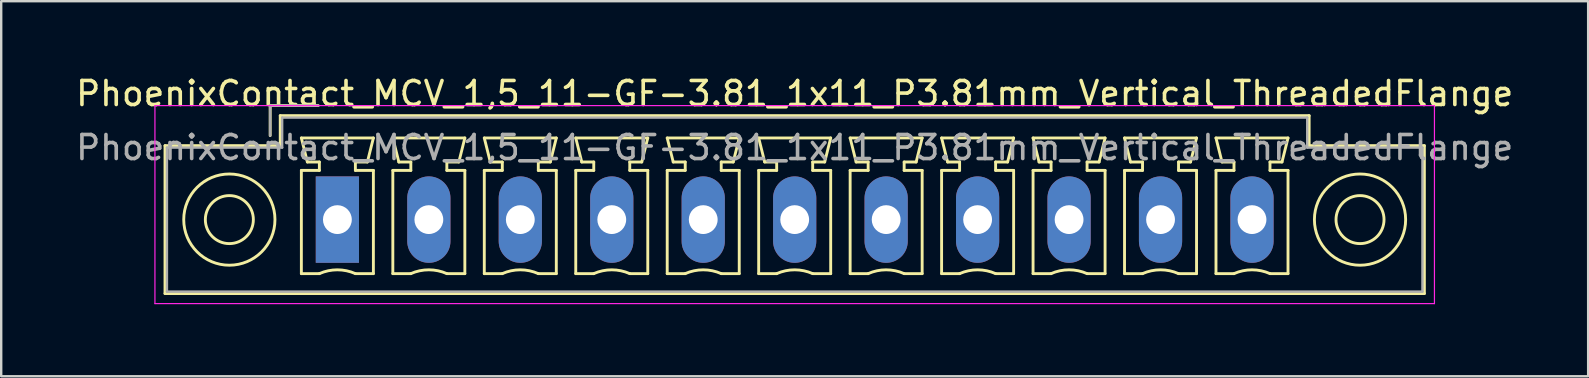
<source format=kicad_pcb>
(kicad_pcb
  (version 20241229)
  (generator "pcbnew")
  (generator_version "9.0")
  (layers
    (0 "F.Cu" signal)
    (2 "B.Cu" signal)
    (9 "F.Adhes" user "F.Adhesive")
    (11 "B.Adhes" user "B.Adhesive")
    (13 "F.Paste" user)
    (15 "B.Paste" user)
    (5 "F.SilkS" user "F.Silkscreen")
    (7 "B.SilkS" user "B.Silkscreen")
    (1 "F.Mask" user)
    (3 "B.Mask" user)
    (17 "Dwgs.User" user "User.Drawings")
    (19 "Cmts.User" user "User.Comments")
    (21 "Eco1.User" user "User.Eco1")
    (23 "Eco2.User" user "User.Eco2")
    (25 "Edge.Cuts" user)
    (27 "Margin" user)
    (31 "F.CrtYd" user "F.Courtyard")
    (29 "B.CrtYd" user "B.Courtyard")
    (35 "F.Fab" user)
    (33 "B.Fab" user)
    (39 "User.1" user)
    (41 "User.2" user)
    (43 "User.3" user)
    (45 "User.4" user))
  (footprint "PhoenixContact_MCV_1,5_11-GF-3.81_1x11_P3.81mm_Vertical_ThreadedFlange"
    (layer "F.Cu")
    (at 11.004 6.098)
    (property "Reference" "PhoenixContact_MCV_1,5_11-GF-3.81_1x11_P3.81mm_Vertical_ThreadedFlange" (at 19.05 -5.25 0) (layer "F.SilkS") (effects (font (size 1 1) (thickness 0.15))))
    (attr through_hole)
    (fp_line (start -7.18 -3.08) (end -7.18 3.08) (stroke (width 0.12) (type solid)) (layer "F.SilkS"))
    (fp_line (start -7.18 3.08) (end 45.28 3.08) (stroke (width 0.12) (type solid)) (layer "F.SilkS"))
    (fp_line (start -2.8 -4.75) (end -0.8 -4.75) (stroke (width 0.12) (type solid)) (layer "F.SilkS"))
    (fp_line (start -2.8 -3.5) (end -2.8 -4.75) (stroke (width 0.12) (type solid)) (layer "F.SilkS"))
    (fp_line (start -2.38 -4.33) (end -2.38 -3.08) (stroke (width 0.12) (type solid)) (layer "F.SilkS"))
    (fp_line (start -2.38 -3.08) (end -7.18 -3.08) (stroke (width 0.12) (type solid)) (layer "F.SilkS"))
    (fp_line (start -1.5 -3.4) (end 1.5 -3.4) (stroke (width 0.12) (type solid)) (layer "F.SilkS"))
    (fp_line (start -1.5 -2.05) (end -0.75 -2.05) (stroke (width 0.12) (type solid)) (layer "F.SilkS"))
    (fp_line (start -1.5 2.25) (end -1.5 -2.05) (stroke (width 0.12) (type solid)) (layer "F.SilkS"))
    (fp_line (start -1.25 -2.4) (end -1.5 -3.4) (stroke (width 0.12) (type solid)) (layer "F.SilkS"))
    (fp_line (start -0.75 -2.4) (end -1.25 -2.4) (stroke (width 0.12) (type solid)) (layer "F.SilkS"))
    (fp_line (start -0.75 -2.05) (end -0.75 -2.4) (stroke (width 0.12) (type solid)) (layer "F.SilkS"))
    (fp_line (start -0.75 2.25) (end -1.5 2.25) (stroke (width 0.12) (type solid)) (layer "F.SilkS"))
    (fp_line (start 0.75 -2.4) (end 0.75 -2.05) (stroke (width 0.12) (type solid)) (layer "F.SilkS"))
    (fp_line (start 0.75 -2.05) (end 1.5 -2.05) (stroke (width 0.12) (type solid)) (layer "F.SilkS"))
    (fp_line (start 1.25 -2.4) (end 0.75 -2.4) (stroke (width 0.12) (type solid)) (layer "F.SilkS"))
    (fp_line (start 1.5 -3.4) (end 1.25 -2.4) (stroke (width 0.12) (type solid)) (layer "F.SilkS"))
    (fp_line (start 1.5 -2.05) (end 1.5 2.25) (stroke (width 0.12) (type solid)) (layer "F.SilkS"))
    (fp_line (start 1.5 2.25) (end 0.75 2.25) (stroke (width 0.12) (type solid)) (layer "F.SilkS"))
    (fp_line (start 2.31 -3.4) (end 5.31 -3.4) (stroke (width 0.12) (type solid)) (layer "F.SilkS"))
    (fp_line (start 2.31 -2.05) (end 3.06 -2.05) (stroke (width 0.12) (type solid)) (layer "F.SilkS"))
    (fp_line (start 2.31 2.25) (end 2.31 -2.05) (stroke (width 0.12) (type solid)) (layer "F.SilkS"))
    (fp_line (start 2.56 -2.4) (end 2.31 -3.4) (stroke (width 0.12) (type solid)) (layer "F.SilkS"))
    (fp_line (start 3.06 -2.4) (end 2.56 -2.4) (stroke (width 0.12) (type solid)) (layer "F.SilkS"))
    (fp_line (start 3.06 -2.05) (end 3.06 -2.4) (stroke (width 0.12) (type solid)) (layer "F.SilkS"))
    (fp_line (start 3.06 2.25) (end 2.31 2.25) (stroke (width 0.12) (type solid)) (layer "F.SilkS"))
    (fp_line (start 4.56 -2.4) (end 4.56 -2.05) (stroke (width 0.12) (type solid)) (layer "F.SilkS"))
    (fp_line (start 4.56 -2.05) (end 5.31 -2.05) (stroke (width 0.12) (type solid)) (layer "F.SilkS"))
    (fp_line (start 5.06 -2.4) (end 4.56 -2.4) (stroke (width 0.12) (type solid)) (layer "F.SilkS"))
    (fp_line (start 5.31 -3.4) (end 5.06 -2.4) (stroke (width 0.12) (type solid)) (layer "F.SilkS"))
    (fp_line (start 5.31 -2.05) (end 5.31 2.25) (stroke (width 0.12) (type solid)) (layer "F.SilkS"))
    (fp_line (start 5.31 2.25) (end 4.56 2.25) (stroke (width 0.12) (type solid)) (layer "F.SilkS"))
    (fp_line (start 6.12 -3.4) (end 9.12 -3.4) (stroke (width 0.12) (type solid)) (layer "F.SilkS"))
    (fp_line (start 6.12 -2.05) (end 6.87 -2.05) (stroke (width 0.12) (type solid)) (layer "F.SilkS"))
    (fp_line (start 6.12 2.25) (end 6.12 -2.05) (stroke (width 0.12) (type solid)) (layer "F.SilkS"))
    (fp_line (start 6.37 -2.4) (end 6.12 -3.4) (stroke (width 0.12) (type solid)) (layer "F.SilkS"))
    (fp_line (start 6.87 -2.4) (end 6.37 -2.4) (stroke (width 0.12) (type solid)) (layer "F.SilkS"))
    (fp_line (start 6.87 -2.05) (end 6.87 -2.4) (stroke (width 0.12) (type solid)) (layer "F.SilkS"))
    (fp_line (start 6.87 2.25) (end 6.12 2.25) (stroke (width 0.12) (type solid)) (layer "F.SilkS"))
    (fp_line (start 8.37 -2.4) (end 8.37 -2.05) (stroke (width 0.12) (type solid)) (layer "F.SilkS"))
    (fp_line (start 8.37 -2.05) (end 9.12 -2.05) (stroke (width 0.12) (type solid)) (layer "F.SilkS"))
    (fp_line (start 8.87 -2.4) (end 8.37 -2.4) (stroke (width 0.12) (type solid)) (layer "F.SilkS"))
    (fp_line (start 9.12 -3.4) (end 8.87 -2.4) (stroke (width 0.12) (type solid)) (layer "F.SilkS"))
    (fp_line (start 9.12 -2.05) (end 9.12 2.25) (stroke (width 0.12) (type solid)) (layer "F.SilkS"))
    (fp_line (start 9.12 2.25) (end 8.37 2.25) (stroke (width 0.12) (type solid)) (layer "F.SilkS"))
    (fp_line (start 9.93 -3.4) (end 12.93 -3.4) (stroke (width 0.12) (type solid)) (layer "F.SilkS"))
    (fp_line (start 9.93 -2.05) (end 10.68 -2.05) (stroke (width 0.12) (type solid)) (layer "F.SilkS"))
    (fp_line (start 9.93 2.25) (end 9.93 -2.05) (stroke (width 0.12) (type solid)) (layer "F.SilkS"))
    (fp_line (start 10.18 -2.4) (end 9.93 -3.4) (stroke (width 0.12) (type solid)) (layer "F.SilkS"))
    (fp_line (start 10.68 -2.4) (end 10.18 -2.4) (stroke (width 0.12) (type solid)) (layer "F.SilkS"))
    (fp_line (start 10.68 -2.05) (end 10.68 -2.4) (stroke (width 0.12) (type solid)) (layer "F.SilkS"))
    (fp_line (start 10.68 2.25) (end 9.93 2.25) (stroke (width 0.12) (type solid)) (layer "F.SilkS"))
    (fp_line (start 12.18 -2.4) (end 12.18 -2.05) (stroke (width 0.12) (type solid)) (layer "F.SilkS"))
    (fp_line (start 12.18 -2.05) (end 12.93 -2.05) (stroke (width 0.12) (type solid)) (layer "F.SilkS"))
    (fp_line (start 12.68 -2.4) (end 12.18 -2.4) (stroke (width 0.12) (type solid)) (layer "F.SilkS"))
    (fp_line (start 12.93 -3.4) (end 12.68 -2.4) (stroke (width 0.12) (type solid)) (layer "F.SilkS"))
    (fp_line (start 12.93 -2.05) (end 12.93 2.25) (stroke (width 0.12) (type solid)) (layer "F.SilkS"))
    (fp_line (start 12.93 2.25) (end 12.18 2.25) (stroke (width 0.12) (type solid)) (layer "F.SilkS"))
    (fp_line (start 13.74 -3.4) (end 16.74 -3.4) (stroke (width 0.12) (type solid)) (layer "F.SilkS"))
    (fp_line (start 13.74 -2.05) (end 14.49 -2.05) (stroke (width 0.12) (type solid)) (layer "F.SilkS"))
    (fp_line (start 13.74 2.25) (end 13.74 -2.05) (stroke (width 0.12) (type solid)) (layer "F.SilkS"))
    (fp_line (start 13.99 -2.4) (end 13.74 -3.4) (stroke (width 0.12) (type solid)) (layer "F.SilkS"))
    (fp_line (start 14.49 -2.4) (end 13.99 -2.4) (stroke (width 0.12) (type solid)) (layer "F.SilkS"))
    (fp_line (start 14.49 -2.05) (end 14.49 -2.4) (stroke (width 0.12) (type solid)) (layer "F.SilkS"))
    (fp_line (start 14.49 2.25) (end 13.74 2.25) (stroke (width 0.12) (type solid)) (layer "F.SilkS"))
    (fp_line (start 15.99 -2.4) (end 15.99 -2.05) (stroke (width 0.12) (type solid)) (layer "F.SilkS"))
    (fp_line (start 15.99 -2.05) (end 16.74 -2.05) (stroke (width 0.12) (type solid)) (layer "F.SilkS"))
    (fp_line (start 16.49 -2.4) (end 15.99 -2.4) (stroke (width 0.12) (type solid)) (layer "F.SilkS"))
    (fp_line (start 16.74 -3.4) (end 16.49 -2.4) (stroke (width 0.12) (type solid)) (layer "F.SilkS"))
    (fp_line (start 16.74 -2.05) (end 16.74 2.25) (stroke (width 0.12) (type solid)) (layer "F.SilkS"))
    (fp_line (start 16.74 2.25) (end 15.99 2.25) (stroke (width 0.12) (type solid)) (layer "F.SilkS"))
    (fp_line (start 17.55 -3.4) (end 20.55 -3.4) (stroke (width 0.12) (type solid)) (layer "F.SilkS"))
    (fp_line (start 17.55 -2.05) (end 18.3 -2.05) (stroke (width 0.12) (type solid)) (layer "F.SilkS"))
    (fp_line (start 17.55 2.25) (end 17.55 -2.05) (stroke (width 0.12) (type solid)) (layer "F.SilkS"))
    (fp_line (start 17.8 -2.4) (end 17.55 -3.4) (stroke (width 0.12) (type solid)) (layer "F.SilkS"))
    (fp_line (start 18.3 -2.4) (end 17.8 -2.4) (stroke (width 0.12) (type solid)) (layer "F.SilkS"))
    (fp_line (start 18.3 -2.05) (end 18.3 -2.4) (stroke (width 0.12) (type solid)) (layer "F.SilkS"))
    (fp_line (start 18.3 2.25) (end 17.55 2.25) (stroke (width 0.12) (type solid)) (layer "F.SilkS"))
    (fp_line (start 19.8 -2.4) (end 19.8 -2.05) (stroke (width 0.12) (type solid)) (layer "F.SilkS"))
    (fp_line (start 19.8 -2.05) (end 20.55 -2.05) (stroke (width 0.12) (type solid)) (layer "F.SilkS"))
    (fp_line (start 20.3 -2.4) (end 19.8 -2.4) (stroke (width 0.12) (type solid)) (layer "F.SilkS"))
    (fp_line (start 20.55 -3.4) (end 20.3 -2.4) (stroke (width 0.12) (type solid)) (layer "F.SilkS"))
    (fp_line (start 20.55 -2.05) (end 20.55 2.25) (stroke (width 0.12) (type solid)) (layer "F.SilkS"))
    (fp_line (start 20.55 2.25) (end 19.8 2.25) (stroke (width 0.12) (type solid)) (layer "F.SilkS"))
    (fp_line (start 21.36 -3.4) (end 24.36 -3.4) (stroke (width 0.12) (type solid)) (layer "F.SilkS"))
    (fp_line (start 21.36 -2.05) (end 22.11 -2.05) (stroke (width 0.12) (type solid)) (layer "F.SilkS"))
    (fp_line (start 21.36 2.25) (end 21.36 -2.05) (stroke (width 0.12) (type solid)) (layer "F.SilkS"))
    (fp_line (start 21.61 -2.4) (end 21.36 -3.4) (stroke (width 0.12) (type solid)) (layer "F.SilkS"))
    (fp_line (start 22.11 -2.4) (end 21.61 -2.4) (stroke (width 0.12) (type solid)) (layer "F.SilkS"))
    (fp_line (start 22.11 -2.05) (end 22.11 -2.4) (stroke (width 0.12) (type solid)) (layer "F.SilkS"))
    (fp_line (start 22.11 2.25) (end 21.36 2.25) (stroke (width 0.12) (type solid)) (layer "F.SilkS"))
    (fp_line (start 23.61 -2.4) (end 23.61 -2.05) (stroke (width 0.12) (type solid)) (layer "F.SilkS"))
    (fp_line (start 23.61 -2.05) (end 24.36 -2.05) (stroke (width 0.12) (type solid)) (layer "F.SilkS"))
    (fp_line (start 24.11 -2.4) (end 23.61 -2.4) (stroke (width 0.12) (type solid)) (layer "F.SilkS"))
    (fp_line (start 24.36 -3.4) (end 24.11 -2.4) (stroke (width 0.12) (type solid)) (layer "F.SilkS"))
    (fp_line (start 24.36 -2.05) (end 24.36 2.25) (stroke (width 0.12) (type solid)) (layer "F.SilkS"))
    (fp_line (start 24.36 2.25) (end 23.61 2.25) (stroke (width 0.12) (type solid)) (layer "F.SilkS"))
    (fp_line (start 25.17 -3.4) (end 28.17 -3.4) (stroke (width 0.12) (type solid)) (layer "F.SilkS"))
    (fp_line (start 25.17 -2.05) (end 25.92 -2.05) (stroke (width 0.12) (type solid)) (layer "F.SilkS"))
    (fp_line (start 25.17 2.25) (end 25.17 -2.05) (stroke (width 0.12) (type solid)) (layer "F.SilkS"))
    (fp_line (start 25.42 -2.4) (end 25.17 -3.4) (stroke (width 0.12) (type solid)) (layer "F.SilkS"))
    (fp_line (start 25.92 -2.4) (end 25.42 -2.4) (stroke (width 0.12) (type solid)) (layer "F.SilkS"))
    (fp_line (start 25.92 -2.05) (end 25.92 -2.4) (stroke (width 0.12) (type solid)) (layer "F.SilkS"))
    (fp_line (start 25.92 2.25) (end 25.17 2.25) (stroke (width 0.12) (type solid)) (layer "F.SilkS"))
    (fp_line (start 27.42 -2.4) (end 27.42 -2.05) (stroke (width 0.12) (type solid)) (layer "F.SilkS"))
    (fp_line (start 27.42 -2.05) (end 28.17 -2.05) (stroke (width 0.12) (type solid)) (layer "F.SilkS"))
    (fp_line (start 27.92 -2.4) (end 27.42 -2.4) (stroke (width 0.12) (type solid)) (layer "F.SilkS"))
    (fp_line (start 28.17 -3.4) (end 27.92 -2.4) (stroke (width 0.12) (type solid)) (layer "F.SilkS"))
    (fp_line (start 28.17 -2.05) (end 28.17 2.25) (stroke (width 0.12) (type solid)) (layer "F.SilkS"))
    (fp_line (start 28.17 2.25) (end 27.42 2.25) (stroke (width 0.12) (type solid)) (layer "F.SilkS"))
    (fp_line (start 28.98 -3.4) (end 31.98 -3.4) (stroke (width 0.12) (type solid)) (layer "F.SilkS"))
    (fp_line (start 28.98 -2.05) (end 29.73 -2.05) (stroke (width 0.12) (type solid)) (layer "F.SilkS"))
    (fp_line (start 28.98 2.25) (end 28.98 -2.05) (stroke (width 0.12) (type solid)) (layer "F.SilkS"))
    (fp_line (start 29.23 -2.4) (end 28.98 -3.4) (stroke (width 0.12) (type solid)) (layer "F.SilkS"))
    (fp_line (start 29.73 -2.4) (end 29.23 -2.4) (stroke (width 0.12) (type solid)) (layer "F.SilkS"))
    (fp_line (start 29.73 -2.05) (end 29.73 -2.4) (stroke (width 0.12) (type solid)) (layer "F.SilkS"))
    (fp_line (start 29.73 2.25) (end 28.98 2.25) (stroke (width 0.12) (type solid)) (layer "F.SilkS"))
    (fp_line (start 31.23 -2.4) (end 31.23 -2.05) (stroke (width 0.12) (type solid)) (layer "F.SilkS"))
    (fp_line (start 31.23 -2.05) (end 31.98 -2.05) (stroke (width 0.12) (type solid)) (layer "F.SilkS"))
    (fp_line (start 31.73 -2.4) (end 31.23 -2.4) (stroke (width 0.12) (type solid)) (layer "F.SilkS"))
    (fp_line (start 31.98 -3.4) (end 31.73 -2.4) (stroke (width 0.12) (type solid)) (layer "F.SilkS"))
    (fp_line (start 31.98 -2.05) (end 31.98 2.25) (stroke (width 0.12) (type solid)) (layer "F.SilkS"))
    (fp_line (start 31.98 2.25) (end 31.23 2.25) (stroke (width 0.12) (type solid)) (layer "F.SilkS"))
    (fp_line (start 32.79 -3.4) (end 35.79 -3.4) (stroke (width 0.12) (type solid)) (layer "F.SilkS"))
    (fp_line (start 32.79 -2.05) (end 33.54 -2.05) (stroke (width 0.12) (type solid)) (layer "F.SilkS"))
    (fp_line (start 32.79 2.25) (end 32.79 -2.05) (stroke (width 0.12) (type solid)) (layer "F.SilkS"))
    (fp_line (start 33.04 -2.4) (end 32.79 -3.4) (stroke (width 0.12) (type solid)) (layer "F.SilkS"))
    (fp_line (start 33.54 -2.4) (end 33.04 -2.4) (stroke (width 0.12) (type solid)) (layer "F.SilkS"))
    (fp_line (start 33.54 -2.05) (end 33.54 -2.4) (stroke (width 0.12) (type solid)) (layer "F.SilkS"))
    (fp_line (start 33.54 2.25) (end 32.79 2.25) (stroke (width 0.12) (type solid)) (layer "F.SilkS"))
    (fp_line (start 35.04 -2.4) (end 35.04 -2.05) (stroke (width 0.12) (type solid)) (layer "F.SilkS"))
    (fp_line (start 35.04 -2.05) (end 35.79 -2.05) (stroke (width 0.12) (type solid)) (layer "F.SilkS"))
    (fp_line (start 35.54 -2.4) (end 35.04 -2.4) (stroke (width 0.12) (type solid)) (layer "F.SilkS"))
    (fp_line (start 35.79 -3.4) (end 35.54 -2.4) (stroke (width 0.12) (type solid)) (layer "F.SilkS"))
    (fp_line (start 35.79 -2.05) (end 35.79 2.25) (stroke (width 0.12) (type solid)) (layer "F.SilkS"))
    (fp_line (start 35.79 2.25) (end 35.04 2.25) (stroke (width 0.12) (type solid)) (layer "F.SilkS"))
    (fp_line (start 36.6 -3.4) (end 39.6 -3.4) (stroke (width 0.12) (type solid)) (layer "F.SilkS"))
    (fp_line (start 36.6 -2.05) (end 37.35 -2.05) (stroke (width 0.12) (type solid)) (layer "F.SilkS"))
    (fp_line (start 36.6 2.25) (end 36.6 -2.05) (stroke (width 0.12) (type solid)) (layer "F.SilkS"))
    (fp_line (start 36.85 -2.4) (end 36.6 -3.4) (stroke (width 0.12) (type solid)) (layer "F.SilkS"))
    (fp_line (start 37.35 -2.4) (end 36.85 -2.4) (stroke (width 0.12) (type solid)) (layer "F.SilkS"))
    (fp_line (start 37.35 -2.05) (end 37.35 -2.4) (stroke (width 0.12) (type solid)) (layer "F.SilkS"))
    (fp_line (start 37.35 2.25) (end 36.6 2.25) (stroke (width 0.12) (type solid)) (layer "F.SilkS"))
    (fp_line (start 38.85 -2.4) (end 38.85 -2.05) (stroke (width 0.12) (type solid)) (layer "F.SilkS"))
    (fp_line (start 38.85 -2.05) (end 39.6 -2.05) (stroke (width 0.12) (type solid)) (layer "F.SilkS"))
    (fp_line (start 39.35 -2.4) (end 38.85 -2.4) (stroke (width 0.12) (type solid)) (layer "F.SilkS"))
    (fp_line (start 39.6 -3.4) (end 39.35 -2.4) (stroke (width 0.12) (type solid)) (layer "F.SilkS"))
    (fp_line (start 39.6 -2.05) (end 39.6 2.25) (stroke (width 0.12) (type solid)) (layer "F.SilkS"))
    (fp_line (start 39.6 2.25) (end 38.85 2.25) (stroke (width 0.12) (type solid)) (layer "F.SilkS"))
    (fp_line (start 40.48 -4.33) (end -2.38 -4.33) (stroke (width 0.12) (type solid)) (layer "F.SilkS"))
    (fp_line (start 40.48 -3.08) (end 40.48 -4.33) (stroke (width 0.12) (type solid)) (layer "F.SilkS"))
    (fp_line (start 45.28 -3.08) (end 40.48 -3.08) (stroke (width 0.12) (type solid)) (layer "F.SilkS"))
    (fp_line (start 45.28 3.08) (end 45.28 -3.08) (stroke (width 0.12) (type solid)) (layer "F.SilkS"))
    (fp_arc (start -0.75 2.25) (mid -0.000193 2.09191) (end 0.749647 2.249844) (stroke (width 0.12) (type solid)) (layer "F.SilkS"))
    (fp_arc (start 3.06 2.25) (mid 3.809807 2.09191) (end 4.559647 2.249844) (stroke (width 0.12) (type solid)) (layer "F.SilkS"))
    (fp_arc (start 6.87 2.25) (mid 7.619807 2.09191) (end 8.369647 2.249844) (stroke (width 0.12) (type solid)) (layer "F.SilkS"))
    (fp_arc (start 10.68 2.25) (mid 11.429807 2.09191) (end 12.179647 2.249844) (stroke (width 0.12) (type solid)) (layer "F.SilkS"))
    (fp_arc (start 14.49 2.25) (mid 15.239807 2.09191) (end 15.989647 2.249844) (stroke (width 0.12) (type solid)) (layer "F.SilkS"))
    (fp_arc (start 18.3 2.25) (mid 19.049807 2.09191) (end 19.799647 2.249844) (stroke (width 0.12) (type solid)) (layer "F.SilkS"))
    (fp_arc (start 22.11 2.25) (mid 22.859807 2.09191) (end 23.609647 2.249844) (stroke (width 0.12) (type solid)) (layer "F.SilkS"))
    (fp_arc (start 25.92 2.25) (mid 26.669807 2.09191) (end 27.419647 2.249844) (stroke (width 0.12) (type solid)) (layer "F.SilkS"))
    (fp_arc (start 29.73 2.25) (mid 30.479807 2.09191) (end 31.229647 2.249844) (stroke (width 0.12) (type solid)) (layer "F.SilkS"))
    (fp_arc (start 33.54 2.25) (mid 34.289807 2.09191) (end 35.039647 2.249844) (stroke (width 0.12) (type solid)) (layer "F.SilkS"))
    (fp_arc (start 37.35 2.25) (mid 38.099807 2.09191) (end 38.849647 2.249844) (stroke (width 0.12) (type solid)) (layer "F.SilkS"))
    (fp_circle (center -4.5 0) (end -3.5 0) (stroke (width 0.12) (type solid)) (fill no) (layer "F.SilkS"))
    (fp_circle (center -4.5 0) (end -2.6 0) (stroke (width 0.12) (type solid)) (fill no) (layer "F.SilkS"))
    (fp_circle (center 42.6 0) (end 43.6 0) (stroke (width 0.12) (type solid)) (fill no) (layer "F.SilkS"))
    (fp_circle (center 42.6 0) (end 44.5 0) (stroke (width 0.12) (type solid)) (fill no) (layer "F.SilkS"))
    (fp_line (start -7.6 -4.75) (end -7.6 3.5) (stroke (width 0.05) (type solid)) (layer "F.CrtYd"))
    (fp_line (start -7.6 3.5) (end 45.7 3.5) (stroke (width 0.05) (type solid)) (layer "F.CrtYd"))
    (fp_line (start 45.7 -4.75) (end -7.6 -4.75) (stroke (width 0.05) (type solid)) (layer "F.CrtYd"))
    (fp_line (start 45.7 3.5) (end 45.7 -4.75) (stroke (width 0.05) (type solid)) (layer "F.CrtYd"))
    (fp_line (start -7.1 -3) (end -7.1 3) (stroke (width 0.1) (type solid)) (layer "F.Fab"))
    (fp_line (start -7.1 3) (end 45.2 3) (stroke (width 0.1) (type solid)) (layer "F.Fab"))
    (fp_line (start -2.8 -4.75) (end -0.8 -4.75) (stroke (width 0.1) (type solid)) (layer "F.Fab"))
    (fp_line (start -2.8 -3.5) (end -2.8 -4.75) (stroke (width 0.1) (type solid)) (layer "F.Fab"))
    (fp_line (start -2.3 -4.25) (end -2.3 -3) (stroke (width 0.1) (type solid)) (layer "F.Fab"))
    (fp_line (start -2.3 -3) (end -7.1 -3) (stroke (width 0.1) (type solid)) (layer "F.Fab"))
    (fp_line (start 40.4 -4.25) (end -2.3 -4.25) (stroke (width 0.1) (type solid)) (layer "F.Fab"))
    (fp_line (start 40.4 -3) (end 40.4 -4.25) (stroke (width 0.1) (type solid)) (layer "F.Fab"))
    (fp_line (start 45.2 -3) (end 40.4 -3) (stroke (width 0.1) (type solid)) (layer "F.Fab"))
    (fp_line (start 45.2 3) (end 45.2 -3) (stroke (width 0.1) (type solid)) (layer "F.Fab"))
    (fp_text user "${REFERENCE}" (at 19.05 -3 0) (layer "F.Fab") (effects (font (size 1 1) (thickness 0.15))))
    (pad "1" thru_hole rect (at 0 0) (size 1.8 3.6) (drill 1.2) (layers "*.Cu" "*.Mask"))
    (pad "2" thru_hole oval (at 3.81 0) (size 1.8 3.6) (drill 1.2) (layers "*.Cu" "*.Mask"))
    (pad "3" thru_hole oval (at 7.62 0) (size 1.8 3.6) (drill 1.2) (layers "*.Cu" "*.Mask"))
    (pad "4" thru_hole oval (at 11.43 0) (size 1.8 3.6) (drill 1.2) (layers "*.Cu" "*.Mask"))
    (pad "5" thru_hole oval (at 15.24 0) (size 1.8 3.6) (drill 1.2) (layers "*.Cu" "*.Mask"))
    (pad "6" thru_hole oval (at 19.05 0) (size 1.8 3.6) (drill 1.2) (layers "*.Cu" "*.Mask"))
    (pad "7" thru_hole oval (at 22.86 0) (size 1.8 3.6) (drill 1.2) (layers "*.Cu" "*.Mask"))
    (pad "8" thru_hole oval (at 26.67 0) (size 1.8 3.6) (drill 1.2) (layers "*.Cu" "*.Mask"))
    (pad "9" thru_hole oval (at 30.48 0) (size 1.8 3.6) (drill 1.2) (layers "*.Cu" "*.Mask"))
    (pad "10" thru_hole oval (at 34.29 0) (size 1.8 3.6) (drill 1.2) (layers "*.Cu" "*.Mask"))
    (pad "11" thru_hole oval (at 38.1 0) (size 1.8 3.6) (drill 1.2) (layers "*.Cu" "*.Mask")))
  (gr_rect
    (start -3 -3)
    (end 63.107 12.623)
    (stroke (width 0.1) (type default))
    (fill no)
    (layer "Edge.Cuts")))
</source>
